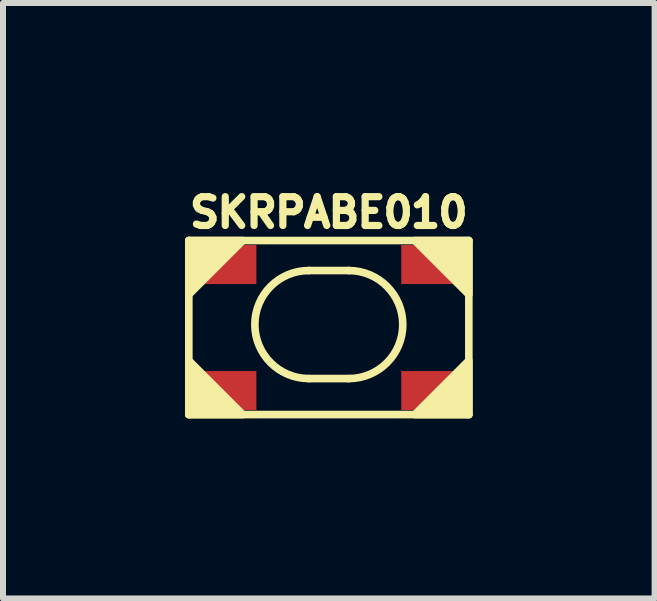
<source format=kicad_pcb>
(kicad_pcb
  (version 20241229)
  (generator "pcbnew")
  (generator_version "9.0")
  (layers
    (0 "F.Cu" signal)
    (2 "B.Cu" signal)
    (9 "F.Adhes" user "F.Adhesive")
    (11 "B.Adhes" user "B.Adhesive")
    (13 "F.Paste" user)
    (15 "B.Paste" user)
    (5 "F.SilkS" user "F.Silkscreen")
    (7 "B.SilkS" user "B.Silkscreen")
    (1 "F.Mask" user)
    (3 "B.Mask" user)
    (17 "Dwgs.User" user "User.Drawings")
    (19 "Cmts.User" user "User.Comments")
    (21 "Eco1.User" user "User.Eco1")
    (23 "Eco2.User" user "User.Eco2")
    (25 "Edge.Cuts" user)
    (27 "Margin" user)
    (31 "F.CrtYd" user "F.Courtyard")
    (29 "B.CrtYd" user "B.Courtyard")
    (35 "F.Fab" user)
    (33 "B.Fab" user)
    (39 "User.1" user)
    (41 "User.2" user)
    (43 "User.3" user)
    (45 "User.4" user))
  (footprint "SKRPABE010"
    (layer "F.Cu")
    (at 2.429 2.358)
    (property "Reference" "SKRPABE010" (at 0 -1.867 0) (layer "F.SilkS") (effects (font (size 0.48 0.48) (thickness 0.15))))
    (attr through_hole)
    (fp_line (start -2.333 -1.4) (end 2.333 -1.4) (stroke (width 0.127) (type solid)) (layer "F.SilkS"))
    (fp_line (start -2.333 1.5) (end -2.333 -1.4) (stroke (width 0.127) (type solid)) (layer "F.SilkS"))
    (fp_line (start -0.333 -0.9) (end 0.333 -0.9) (stroke (width 0.127) (type solid)) (layer "F.SilkS"))
    (fp_line (start 0.333 0.9) (end -0.333 0.9) (stroke (width 0.127) (type solid)) (layer "F.SilkS"))
    (fp_line (start 2.333 -1.4) (end 2.333 1.5) (stroke (width 0.127) (type solid)) (layer "F.SilkS"))
    (fp_line (start 2.333 1.5) (end -2.333 1.5) (stroke (width 0.127) (type solid)) (layer "F.SilkS"))
    (fp_arc (start -0.3325 0.9) (mid -1.2325 0) (end -0.3325 -0.9) (stroke (width 0.127) (type solid)) (layer "F.SilkS"))
    (fp_arc (start 0.3325 -0.9) (mid 1.2325 0) (end 0.3325 0.9) (stroke (width 0.127) (type solid)) (layer "F.SilkS"))
    (fp_poly (pts (xy -2.333 -1.4) (xy -2.333 -0.5) (xy -1.433 -1.4)) (stroke (width 0.127) (type solid)) (fill yes) (layer "F.SilkS"))
    (fp_poly (pts (xy -2.333 1.5) (xy -1.433 1.5) (xy -2.333 0.6)) (stroke (width 0.127) (type solid)) (fill yes) (layer "F.SilkS"))
    (fp_poly (pts (xy 2.333 -1.4) (xy 1.433 -1.4) (xy 2.333 -0.5)) (stroke (width 0.127) (type solid)) (fill yes) (layer "F.SilkS"))
    (fp_poly (pts (xy 2.333 1.5) (xy 2.333 0.6) (xy 1.433 1.5)) (stroke (width 0.127) (type solid)) (fill yes) (layer "F.SilkS"))
    (pad "1" smd rect (at -1.732 -1) (size 1.05 0.65) (layers "F.Cu" "F.Mask" "F.Paste"))
    (pad "1" smd rect (at 1.732 -1) (size 1.05 0.65) (layers "F.Cu" "F.Mask" "F.Paste"))
    (pad "2" smd rect (at -1.732 1.1) (size 1.05 0.65) (layers "F.Cu" "F.Mask" "F.Paste"))
    (pad "2" smd rect (at 1.732 1.1) (size 1.05 0.65) (layers "F.Cu" "F.Mask" "F.Paste")))
  (gr_rect
    (start -3 -3)
    (end 7.858 6.922)
    (stroke (width 0.1) (type default))
    (fill no)
    (layer "Edge.Cuts")))
</source>
